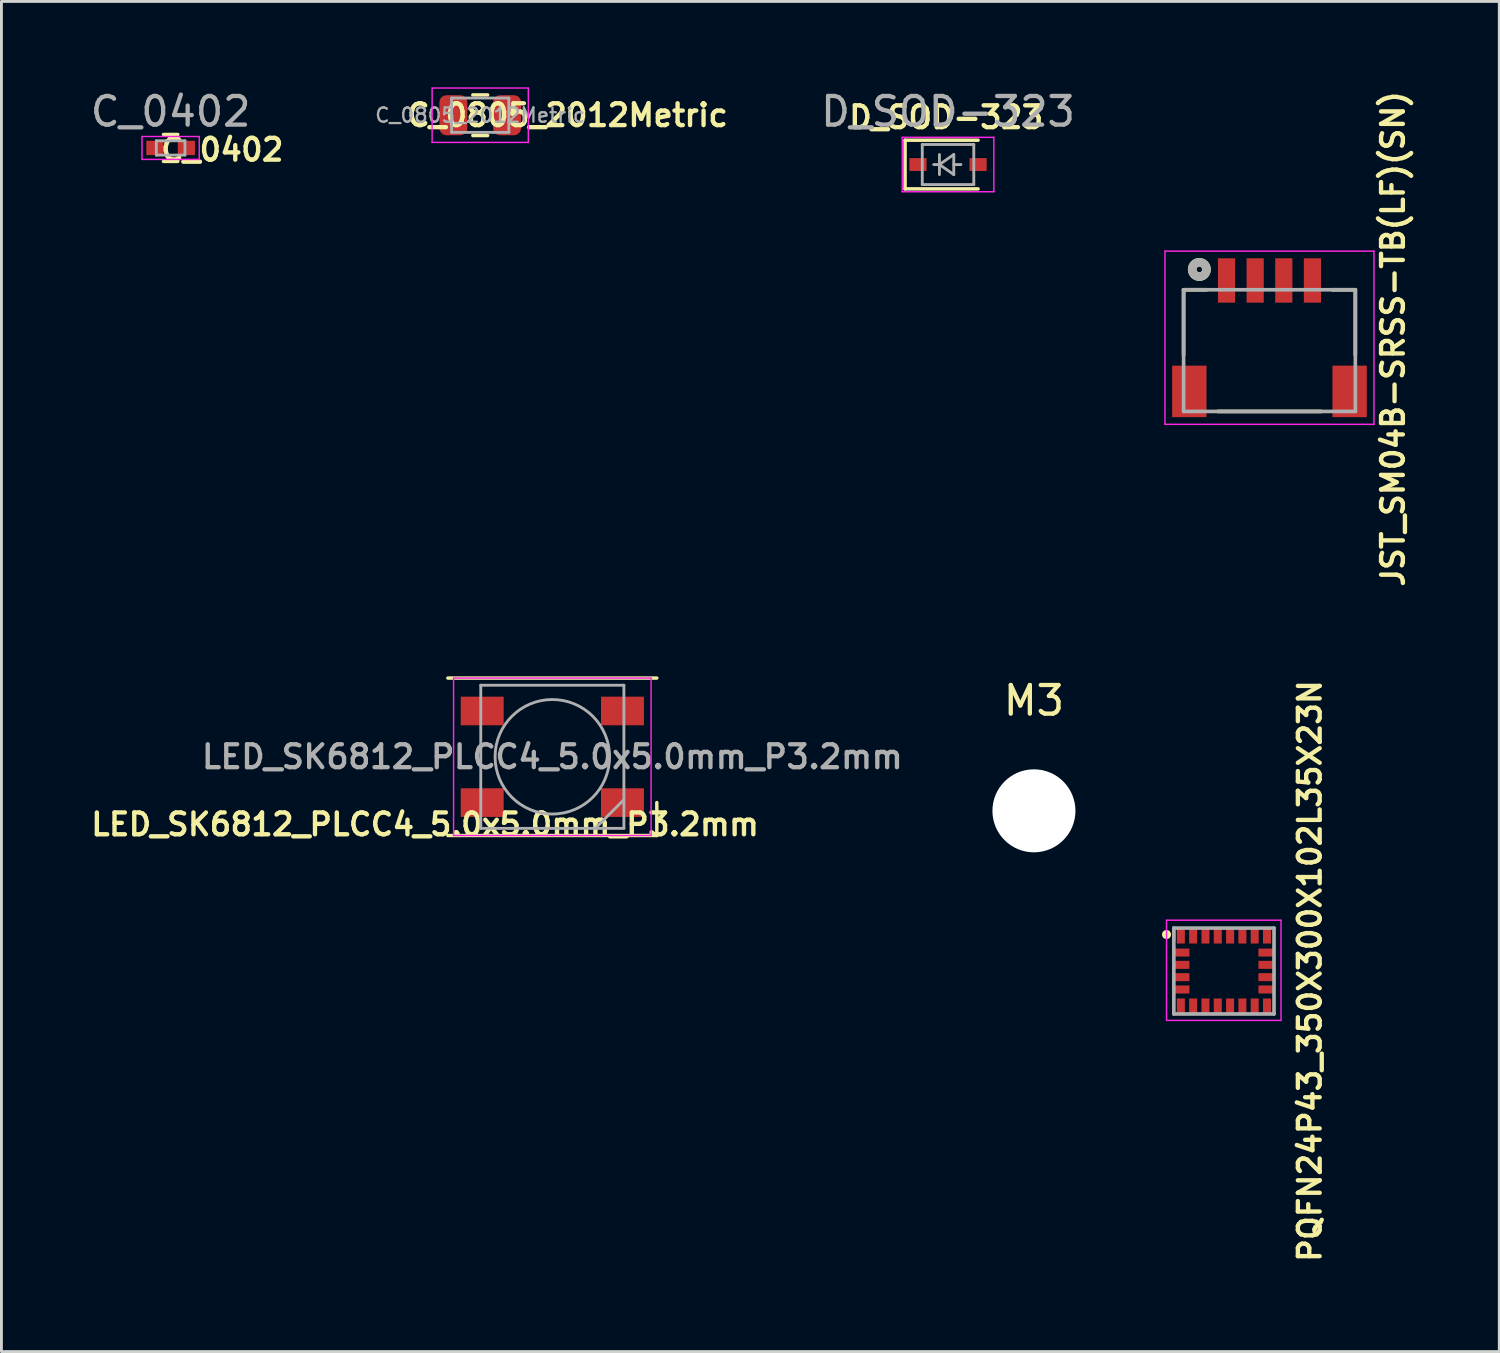
<source format=kicad_pcb>
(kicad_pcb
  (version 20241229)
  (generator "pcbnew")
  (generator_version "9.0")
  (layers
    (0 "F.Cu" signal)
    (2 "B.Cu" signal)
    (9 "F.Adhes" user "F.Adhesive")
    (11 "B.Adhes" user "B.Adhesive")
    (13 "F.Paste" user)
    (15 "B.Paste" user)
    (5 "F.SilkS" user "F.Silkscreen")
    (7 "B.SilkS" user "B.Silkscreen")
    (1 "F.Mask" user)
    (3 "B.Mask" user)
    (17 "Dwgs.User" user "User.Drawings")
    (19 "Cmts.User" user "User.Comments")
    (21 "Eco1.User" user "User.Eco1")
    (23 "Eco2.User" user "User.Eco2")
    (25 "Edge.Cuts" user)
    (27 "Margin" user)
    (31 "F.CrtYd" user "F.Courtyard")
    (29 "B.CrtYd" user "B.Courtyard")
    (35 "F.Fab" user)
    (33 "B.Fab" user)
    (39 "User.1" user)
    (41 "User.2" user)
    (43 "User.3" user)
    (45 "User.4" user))
  (footprint "PQFN24P43_350X300X102L35X23N"
    (layer "F.Cu")
    (at 39.706 30.871)
    (property "Reference" "PQFN24P43_350X300X102L35X23N" (at 3 0 270) (layer "F.SilkS") (effects (font (size 0.762 0.762) (thickness 0.152))))
    (attr through_hole)
    (fp_line (start -1.75 -1.5) (end -1.755 -1.475) (stroke (width 0.05) (type solid)) (layer "F.SilkS"))
    (fp_line (start -1.75 -1.075) (end -1.75 -1.5) (stroke (width 0.1) (type solid)) (layer "F.SilkS"))
    (fp_circle (center -2.005 -1.275) (end -1.925 -1.275) (stroke (width 0.16) (type solid)) (fill no) (layer "F.SilkS"))
    (fp_line (start -2.005 -1.775) (end 1.995 -1.775) (stroke (width 0.05) (type solid)) (layer "F.CrtYd"))
    (fp_line (start -2.005 1.725) (end -2.005 -1.775) (stroke (width 0.05) (type solid)) (layer "F.CrtYd"))
    (fp_line (start 1.995 -1.775) (end 1.995 1.725) (stroke (width 0.05) (type solid)) (layer "F.CrtYd"))
    (fp_line (start 1.995 1.725) (end -2.005 1.725) (stroke (width 0.05) (type solid)) (layer "F.CrtYd"))
    (fp_line (start -1.75 -1.5) (end 1.75 -1.5) (stroke (width 0.127) (type solid)) (layer "F.Fab"))
    (fp_line (start -1.75 1.5) (end -1.75 -1.5) (stroke (width 0.127) (type solid)) (layer "F.Fab"))
    (fp_line (start 1.75 -1.5) (end 1.75 1.5) (stroke (width 0.127) (type solid)) (layer "F.Fab"))
    (fp_line (start 1.75 1.5) (end -1.75 1.5) (stroke (width 0.127) (type solid)) (layer "F.Fab"))
    (pad "1" smd rect (at -1.505 -1.225) (size 0.28 0.53) (layers "F.Cu" "F.Mask" "F.Paste"))
    (pad "2" smd rect (at -1.47 -0.645) (size 0.53 0.28) (layers "F.Cu" "F.Mask" "F.Paste"))
    (pad "3" smd rect (at -1.47 -0.215) (size 0.53 0.28) (layers "F.Cu" "F.Mask" "F.Paste"))
    (pad "4" smd rect (at -1.47 0.215) (size 0.53 0.28) (layers "F.Cu" "F.Mask" "F.Paste"))
    (pad "5" smd rect (at -1.47 0.645) (size 0.53 0.28) (layers "F.Cu" "F.Mask" "F.Paste"))
    (pad "6" smd rect (at -1.505 1.225) (size 0.28 0.53) (layers "F.Cu" "F.Mask" "F.Paste"))
    (pad "7" smd rect (at -1.075 1.225) (size 0.28 0.53) (layers "F.Cu" "F.Mask" "F.Paste"))
    (pad "8" smd rect (at -0.645 1.225) (size 0.28 0.53) (layers "F.Cu" "F.Mask" "F.Paste"))
    (pad "9" smd rect (at -0.215 1.225) (size 0.28 0.53) (layers "F.Cu" "F.Mask" "F.Paste"))
    (pad "10" smd rect (at 0.215 1.225) (size 0.28 0.53) (layers "F.Cu" "F.Mask" "F.Paste"))
    (pad "11" smd rect (at 0.645 1.225) (size 0.28 0.53) (layers "F.Cu" "F.Mask" "F.Paste"))
    (pad "12" smd rect (at 1.075 1.225) (size 0.28 0.53) (layers "F.Cu" "F.Mask" "F.Paste"))
    (pad "13" smd rect (at 1.505 1.225) (size 0.28 0.53) (layers "F.Cu" "F.Mask" "F.Paste"))
    (pad "14" smd rect (at 1.47 0.645) (size 0.53 0.28) (layers "F.Cu" "F.Mask" "F.Paste"))
    (pad "15" smd rect (at 1.47 0.215) (size 0.53 0.28) (layers "F.Cu" "F.Mask" "F.Paste"))
    (pad "16" smd rect (at 1.47 -0.215) (size 0.53 0.28) (layers "F.Cu" "F.Mask" "F.Paste"))
    (pad "17" smd rect (at 1.47 -0.645) (size 0.53 0.28) (layers "F.Cu" "F.Mask" "F.Paste"))
    (pad "18" smd rect (at 1.505 -1.225) (size 0.28 0.53) (layers "F.Cu" "F.Mask" "F.Paste"))
    (pad "19" smd rect (at 1.075 -1.225) (size 0.28 0.53) (layers "F.Cu" "F.Mask" "F.Paste"))
    (pad "20" smd rect (at 0.645 -1.225) (size 0.28 0.53) (layers "F.Cu" "F.Mask" "F.Paste"))
    (pad "21" smd rect (at 0.215 -1.225) (size 0.28 0.53) (layers "F.Cu" "F.Mask" "F.Paste"))
    (pad "22" smd rect (at -0.215 -1.225) (size 0.28 0.53) (layers "F.Cu" "F.Mask" "F.Paste"))
    (pad "23" smd rect (at -0.645 -1.225) (size 0.28 0.53) (layers "F.Cu" "F.Mask" "F.Paste"))
    (pad "24" smd rect (at -1.075 -1.225) (size 0.28 0.53) (layers "F.Cu" "F.Mask" "F.Paste")))
  (footprint "M3"
    (layer "F.Cu")
    (at 33.069 25.275)
    (property "Reference" "M3" (at 0 -3.85 0) (layer "F.SilkS") (effects (font (size 1 1) (thickness 0.15))))
    (attr exclude_from_pos_files exclude_from_bom)
    (fp_text user "${REFERENCE}" (at 0.3 0 0) (layer "F.Fab") (effects (font (size 1 1) (thickness 0.15))))
    (pad "" np_thru_hole circle (at 0 0) (size 2.9 2.9) (drill 2.9) (layers "*.Cu" "*.Mask")))
  (footprint "D_SOD-323"
    (layer "F.Cu")
    (at 30.068 2.698)
    (property "Reference" "D_SOD-323" (at -0.063 -1.651 180) (layer "F.SilkS") (effects (font (size 0.762 0.762) (thickness 0.152))))
    (attr smd)
    (fp_line (start -1.5 -0.85) (end -1.5 0.85) (stroke (width 0.12) (type solid)) (layer "F.SilkS"))
    (fp_line (start -1.5 -0.85) (end 1.05 -0.85) (stroke (width 0.12) (type solid)) (layer "F.SilkS"))
    (fp_line (start -1.5 0.85) (end 1.05 0.85) (stroke (width 0.12) (type solid)) (layer "F.SilkS"))
    (fp_line (start -1.6 -0.95) (end -1.6 0.95) (stroke (width 0.05) (type solid)) (layer "F.CrtYd"))
    (fp_line (start -1.6 -0.95) (end 1.6 -0.95) (stroke (width 0.05) (type solid)) (layer "F.CrtYd"))
    (fp_line (start -1.6 0.95) (end 1.6 0.95) (stroke (width 0.05) (type solid)) (layer "F.CrtYd"))
    (fp_line (start 1.6 -0.95) (end 1.6 0.95) (stroke (width 0.05) (type solid)) (layer "F.CrtYd"))
    (fp_line (start -0.9 -0.7) (end 0.9 -0.7) (stroke (width 0.1) (type solid)) (layer "F.Fab"))
    (fp_line (start -0.9 0.7) (end -0.9 -0.7) (stroke (width 0.1) (type solid)) (layer "F.Fab"))
    (fp_line (start -0.3 -0.35) (end -0.3 0.35) (stroke (width 0.1) (type solid)) (layer "F.Fab"))
    (fp_line (start -0.3 0) (end -0.5 0) (stroke (width 0.1) (type solid)) (layer "F.Fab"))
    (fp_line (start -0.3 0) (end 0.2 -0.35) (stroke (width 0.1) (type solid)) (layer "F.Fab"))
    (fp_line (start 0.2 -0.35) (end 0.2 0.35) (stroke (width 0.1) (type solid)) (layer "F.Fab"))
    (fp_line (start 0.2 0) (end 0.45 0) (stroke (width 0.1) (type solid)) (layer "F.Fab"))
    (fp_line (start 0.2 0.35) (end -0.3 0) (stroke (width 0.1) (type solid)) (layer "F.Fab"))
    (fp_line (start 0.9 -0.7) (end 0.9 0.7) (stroke (width 0.1) (type solid)) (layer "F.Fab"))
    (fp_line (start 0.9 0.7) (end -0.9 0.7) (stroke (width 0.1) (type solid)) (layer "F.Fab"))
    (fp_text user "${REFERENCE}" (at 0 -1.85 0) (layer "F.Fab") (effects (font (size 1 1) (thickness 0.15))))
    (pad "1" smd rect (at -1.05 0) (size 0.6 0.45) (layers "F.Cu" "F.Mask" "F.Paste"))
    (pad "2" smd rect (at 1.05 0) (size 0.6 0.45) (layers "F.Cu" "F.Mask" "F.Paste")))
  (footprint "LED_SK6812_PLCC4_5.0x5.0mm_P3.2mm"
    (layer "F.Cu")
    (at 16.245 23.387)
    (property "Reference" "LED_SK6812_PLCC4_5.0x5.0mm_P3.2mm" (at -4.445 2.362 0) (layer "F.SilkS") (effects (font (size 0.762 0.762) (thickness 0.152))))
    (attr smd)
    (fp_line (start -3.65 -2.75) (end 3.65 -2.75) (stroke (width 0.12) (type solid)) (layer "F.SilkS"))
    (fp_line (start -3.65 2.75) (end 3.65 2.75) (stroke (width 0.12) (type solid)) (layer "F.SilkS"))
    (fp_line (start 3.65 2.75) (end 3.65 1.6) (stroke (width 0.12) (type solid)) (layer "F.SilkS"))
    (fp_line (start -3.45 -2.75) (end -3.45 2.75) (stroke (width 0.05) (type solid)) (layer "F.CrtYd"))
    (fp_line (start -3.45 2.75) (end 3.45 2.75) (stroke (width 0.05) (type solid)) (layer "F.CrtYd"))
    (fp_line (start 3.45 -2.75) (end -3.45 -2.75) (stroke (width 0.05) (type solid)) (layer "F.CrtYd"))
    (fp_line (start 3.45 2.75) (end 3.45 -2.75) (stroke (width 0.05) (type solid)) (layer "F.CrtYd"))
    (fp_line (start -2.5 -2.5) (end -2.5 2.5) (stroke (width 0.1) (type solid)) (layer "F.Fab"))
    (fp_line (start -2.5 2.5) (end 2.5 2.5) (stroke (width 0.1) (type solid)) (layer "F.Fab"))
    (fp_line (start 2.5 -2.5) (end -2.5 -2.5) (stroke (width 0.1) (type solid)) (layer "F.Fab"))
    (fp_line (start 2.5 1.5) (end 1.5 2.5) (stroke (width 0.1) (type solid)) (layer "F.Fab"))
    (fp_line (start 2.5 2.5) (end 2.5 -2.5) (stroke (width 0.1) (type solid)) (layer "F.Fab"))
    (fp_circle (center 0 0) (end 0 -2) (stroke (width 0.1) (type solid)) (fill no) (layer "F.Fab"))
    (fp_text user "${REFERENCE}" (at 0 0 0) (layer "F.Fab") (effects (font (size 0.8 0.8) (thickness 0.15))))
    (pad "1" smd rect (at 2.45 1.6) (size 1.5 1) (layers "F.Cu" "F.Mask" "F.Paste"))
    (pad "2" smd rect (at 2.45 -1.6) (size 1.5 1) (layers "F.Cu" "F.Mask" "F.Paste"))
    (pad "3" smd rect (at -2.45 -1.6) (size 1.5 1) (layers "F.Cu" "F.Mask" "F.Paste"))
    (pad "4" smd rect (at -2.45 1.6) (size 1.5 1) (layers "F.Cu" "F.Mask" "F.Paste")))
  (footprint "C_0805_2012Metric"
    (layer "F.Cu")
    (at 13.726 0.975)
    (property "Reference" "C_0805_2012Metric" (at 3.048 0 0) (layer "F.SilkS") (effects (font (size 0.762 0.762) (thickness 0.152))))
    (attr smd)
    (fp_line (start -0.259 -0.71) (end 0.259 -0.71) (stroke (width 0.12) (type solid)) (layer "F.SilkS"))
    (fp_line (start -0.259 0.71) (end 0.259 0.71) (stroke (width 0.12) (type solid)) (layer "F.SilkS"))
    (fp_line (start -1.68 -0.95) (end 1.68 -0.95) (stroke (width 0.05) (type solid)) (layer "F.CrtYd"))
    (fp_line (start -1.68 0.95) (end -1.68 -0.95) (stroke (width 0.05) (type solid)) (layer "F.CrtYd"))
    (fp_line (start 1.68 -0.95) (end 1.68 0.95) (stroke (width 0.05) (type solid)) (layer "F.CrtYd"))
    (fp_line (start 1.68 0.95) (end -1.68 0.95) (stroke (width 0.05) (type solid)) (layer "F.CrtYd"))
    (fp_line (start -1 -0.6) (end 1 -0.6) (stroke (width 0.1) (type solid)) (layer "F.Fab"))
    (fp_line (start -1 0.6) (end -1 -0.6) (stroke (width 0.1) (type solid)) (layer "F.Fab"))
    (fp_line (start 1 -0.6) (end 1 0.6) (stroke (width 0.1) (type solid)) (layer "F.Fab"))
    (fp_line (start 1 0.6) (end -1 0.6) (stroke (width 0.1) (type solid)) (layer "F.Fab"))
    (fp_text user "${REFERENCE}" (at 0 0 0) (layer "F.Fab") (effects (font (size 0.5 0.5) (thickness 0.08))))
    (pad "1" smd roundrect (at -0.938 0) (size 0.975 1.4) (layers "F.Cu" "F.Mask" "F.Paste") (roundrect_rratio 0.25))
    (pad "2" smd roundrect (at 0.938 0) (size 0.975 1.4) (layers "F.Cu" "F.Mask" "F.Paste") (roundrect_rratio 0.25)))
  (footprint "JST_SM04B-SRSS-TB(LF)(SN)"
    (layer "F.Cu")
    (at 41.297 6.748)
    (property "Reference" "JST_SM04B-SRSS-TB(LF)(SN)" (at 4.315 2.04 90) (layer "F.SilkS") (effects (font (size 0.762 0.762) (thickness 0.152))))
    (attr through_hole)
    (fp_line (start -3 0.325) (end -3 2.6) (stroke (width 0.127) (type solid)) (layer "F.SilkS"))
    (fp_line (start -2.2 0.325) (end -3 0.325) (stroke (width 0.127) (type solid)) (layer "F.SilkS"))
    (fp_line (start -1.8 4.575) (end 1.8 4.575) (stroke (width 0.127) (type solid)) (layer "F.SilkS"))
    (fp_line (start 2.2 0.325) (end 3 0.325) (stroke (width 0.127) (type solid)) (layer "F.SilkS"))
    (fp_line (start 3 0.325) (end 3 2.6) (stroke (width 0.127) (type solid)) (layer "F.SilkS"))
    (fp_circle (center -2.45 -0.385) (end -2.35 -0.385) (stroke (width 0.3) (type solid)) (fill no) (layer "F.SilkS"))
    (fp_line (start -3.65 -1.025) (end 3.65 -1.025) (stroke (width 0.05) (type solid)) (layer "F.CrtYd"))
    (fp_line (start -3.65 5.025) (end -3.65 -1.025) (stroke (width 0.05) (type solid)) (layer "F.CrtYd"))
    (fp_line (start 3.65 -1.025) (end 3.65 5.025) (stroke (width 0.05) (type solid)) (layer "F.CrtYd"))
    (fp_line (start 3.65 5.025) (end -3.65 5.025) (stroke (width 0.05) (type solid)) (layer "F.CrtYd"))
    (fp_line (start -3 0.325) (end 3 0.325) (stroke (width 0.127) (type solid)) (layer "F.Fab"))
    (fp_line (start -3 4.575) (end -3 0.325) (stroke (width 0.127) (type solid)) (layer "F.Fab"))
    (fp_line (start 3 0.325) (end 3 4.575) (stroke (width 0.127) (type solid)) (layer "F.Fab"))
    (fp_line (start 3 4.575) (end -3 4.575) (stroke (width 0.127) (type solid)) (layer "F.Fab"))
    (fp_circle (center -2.45 -0.385) (end -2.35 -0.385) (stroke (width 0.3) (type solid)) (fill no) (layer "F.Fab"))
    (pad "1" smd rect (at -1.5 0) (size 0.6 1.55) (layers "F.Cu" "F.Mask" "F.Paste"))
    (pad "2" smd rect (at -0.5 0) (size 0.6 1.55) (layers "F.Cu" "F.Mask" "F.Paste"))
    (pad "3" smd rect (at 0.5 0) (size 0.6 1.55) (layers "F.Cu" "F.Mask" "F.Paste"))
    (pad "4" smd rect (at 1.5 0) (size 0.6 1.55) (layers "F.Cu" "F.Mask" "F.Paste"))
    (pad "S1" smd rect (at -2.8 3.875) (size 1.2 1.8) (layers "F.Cu" "F.Mask" "F.Paste"))
    (pad "S2" smd rect (at 2.8 3.875) (size 1.2 1.8) (layers "F.Cu" "F.Mask" "F.Paste")))
  (footprint "C_0402"
    (layer "F.Cu")
    (at 2.911 2.118)
    (property "Reference" "C_0402" (at 1.804 0.064 0) (layer "F.SilkS") (effects (font (size 0.762 0.762) (thickness 0.152))))
    (attr smd)
    (fp_line (start -0.25 0.47) (end 0.25 0.47) (stroke (width 0.12) (type solid)) (layer "F.SilkS"))
    (fp_line (start 0.25 -0.47) (end -0.25 -0.47) (stroke (width 0.12) (type solid)) (layer "F.SilkS"))
    (fp_line (start -1 -0.4) (end -1 0.4) (stroke (width 0.05) (type solid)) (layer "F.CrtYd"))
    (fp_line (start -1 -0.4) (end 1 -0.4) (stroke (width 0.05) (type solid)) (layer "F.CrtYd"))
    (fp_line (start 1 0.4) (end -1 0.4) (stroke (width 0.05) (type solid)) (layer "F.CrtYd"))
    (fp_line (start 1 0.4) (end 1 -0.4) (stroke (width 0.05) (type solid)) (layer "F.CrtYd"))
    (fp_line (start -0.5 -0.25) (end 0.5 -0.25) (stroke (width 0.1) (type solid)) (layer "F.Fab"))
    (fp_line (start -0.5 0.25) (end -0.5 -0.25) (stroke (width 0.1) (type solid)) (layer "F.Fab"))
    (fp_line (start 0.5 -0.25) (end 0.5 0.25) (stroke (width 0.1) (type solid)) (layer "F.Fab"))
    (fp_line (start 0.5 0.25) (end -0.5 0.25) (stroke (width 0.1) (type solid)) (layer "F.Fab"))
    (fp_text user "${REFERENCE}" (at 0 -1.27 0) (layer "F.Fab") (effects (font (size 1 1) (thickness 0.15))))
    (pad "1" smd rect (at -0.55 0) (size 0.6 0.5) (layers "F.Cu" "F.Mask" "F.Paste"))
    (pad "2" smd rect (at 0.55 0) (size 0.6 0.5) (layers "F.Cu" "F.Mask" "F.Paste")))
  (gr_rect
    (start -3 -3)
    (end 49.325 44.165)
    (stroke (width 0.1) (type default))
    (fill no)
    (layer "Edge.Cuts")))
</source>
